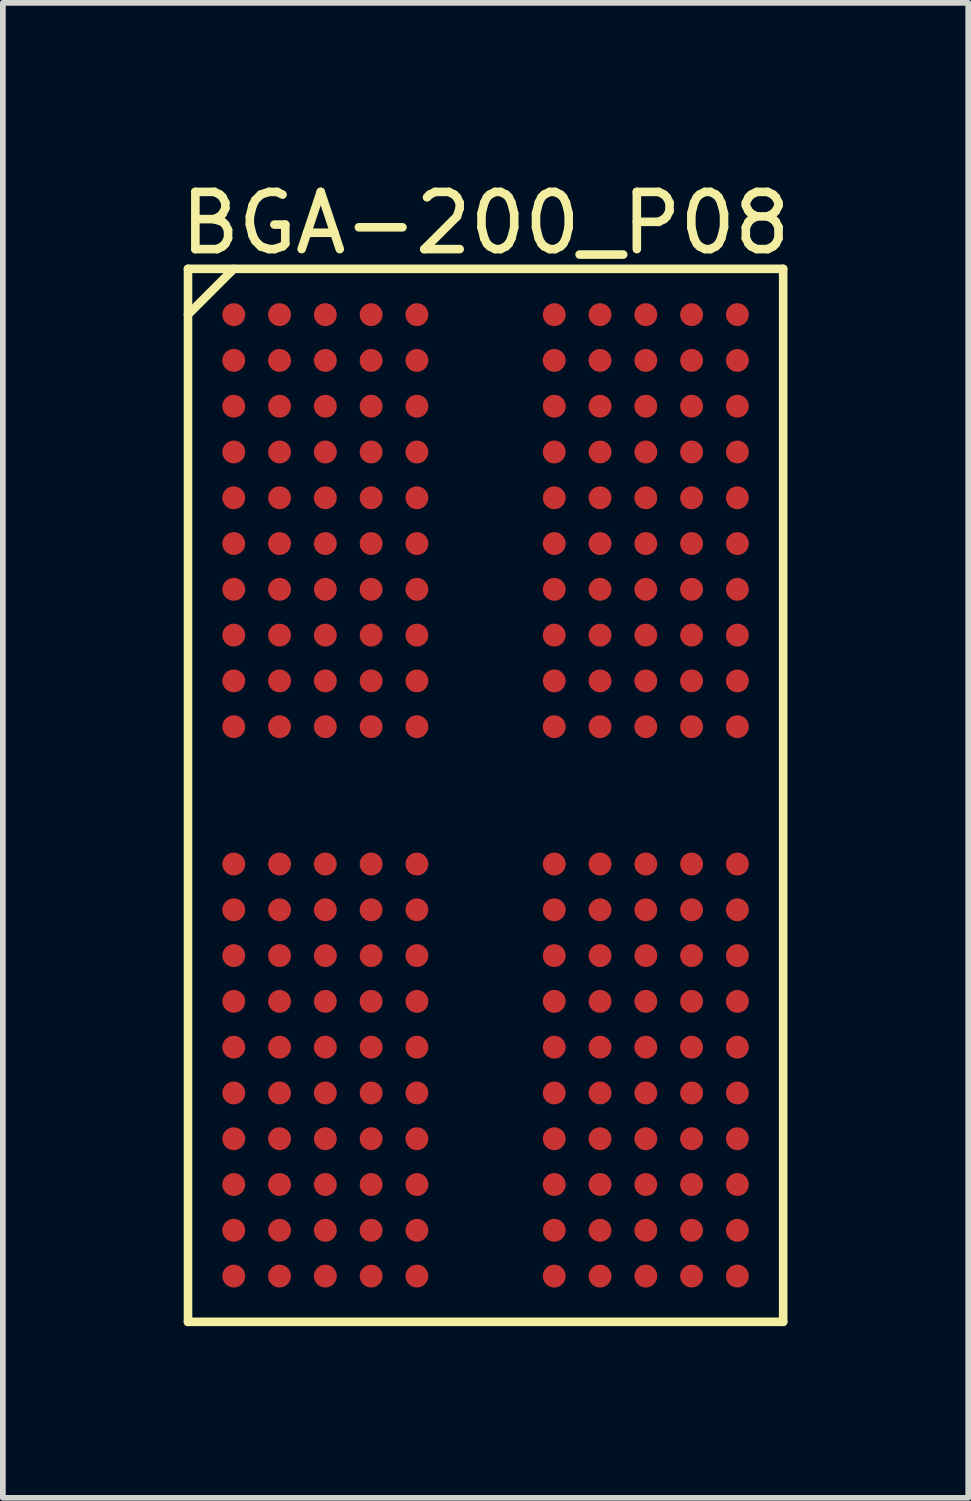
<source format=kicad_pcb>
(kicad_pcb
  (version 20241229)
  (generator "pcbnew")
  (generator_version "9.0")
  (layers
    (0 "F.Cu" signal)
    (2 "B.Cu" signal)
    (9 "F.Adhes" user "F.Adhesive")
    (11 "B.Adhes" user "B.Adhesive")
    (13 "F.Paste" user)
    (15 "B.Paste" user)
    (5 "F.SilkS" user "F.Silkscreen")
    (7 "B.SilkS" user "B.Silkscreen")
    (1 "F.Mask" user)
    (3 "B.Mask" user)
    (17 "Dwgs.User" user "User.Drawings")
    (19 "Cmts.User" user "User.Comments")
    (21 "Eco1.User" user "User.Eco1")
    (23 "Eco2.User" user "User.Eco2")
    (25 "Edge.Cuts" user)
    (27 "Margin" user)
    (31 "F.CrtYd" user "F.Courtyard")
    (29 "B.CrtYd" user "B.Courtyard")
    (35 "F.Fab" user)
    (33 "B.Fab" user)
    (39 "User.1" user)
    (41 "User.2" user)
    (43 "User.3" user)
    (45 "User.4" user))
  (footprint "BGA-200_P08"
    (layer "F.Cu")
    (at 5.435 10.848)
    (property "Reference" "BGA-200_P08" (at 0 -10 0) (layer "F.SilkS") (effects (font (size 1 1) (thickness 0.15))))
    (attr smd)
    (fp_line (start -5.2 -9.2) (end -5.2 9.2) (stroke (width 0.15) (type solid)) (layer "F.SilkS"))
    (fp_line (start -5.2 9.2) (end 5.2 9.2) (stroke (width 0.15) (type solid)) (layer "F.SilkS"))
    (fp_line (start -4.4 -9.2) (end -5.2 -8.4) (stroke (width 0.15) (type solid)) (layer "F.SilkS"))
    (fp_line (start 5.2 -9.2) (end -5.2 -9.2) (stroke (width 0.15) (type solid)) (layer "F.SilkS"))
    (fp_line (start 5.2 9.2) (end 5.2 -9.2) (stroke (width 0.15) (type solid)) (layer "F.SilkS"))
    (pad "A1" smd circle (at -4.4 -8.4) (size 0.4 0.4) (layers "F.Cu" "F.Mask" "F.Paste"))
    (pad "A2" smd circle (at -3.6 -8.4) (size 0.4 0.4) (layers "F.Cu" "F.Mask" "F.Paste"))
    (pad "A3" smd circle (at -2.8 -8.4) (size 0.4 0.4) (layers "F.Cu" "F.Mask" "F.Paste"))
    (pad "A4" smd circle (at -2 -8.4) (size 0.4 0.4) (layers "F.Cu" "F.Mask" "F.Paste"))
    (pad "A5" smd circle (at -1.2 -8.4) (size 0.4 0.4) (layers "F.Cu" "F.Mask" "F.Paste"))
    (pad "A8" smd circle (at 1.2 -8.4) (size 0.4 0.4) (layers "F.Cu" "F.Mask" "F.Paste"))
    (pad "A9" smd circle (at 2 -8.4) (size 0.4 0.4) (layers "F.Cu" "F.Mask" "F.Paste"))
    (pad "A10" smd circle (at 2.8 -8.4) (size 0.4 0.4) (layers "F.Cu" "F.Mask" "F.Paste"))
    (pad "A11" smd circle (at 3.6 -8.4) (size 0.4 0.4) (layers "F.Cu" "F.Mask" "F.Paste"))
    (pad "A12" smd circle (at 4.4 -8.4) (size 0.4 0.4) (layers "F.Cu" "F.Mask" "F.Paste"))
    (pad "AA1" smd circle (at -4.4 7.6) (size 0.4 0.4) (layers "F.Cu" "F.Mask" "F.Paste"))
    (pad "AA2" smd circle (at -3.6 7.6) (size 0.4 0.4) (layers "F.Cu" "F.Mask" "F.Paste"))
    (pad "AA3" smd circle (at -2.8 7.6) (size 0.4 0.4) (layers "F.Cu" "F.Mask" "F.Paste"))
    (pad "AA4" smd circle (at -2 7.6) (size 0.4 0.4) (layers "F.Cu" "F.Mask" "F.Paste"))
    (pad "AA5" smd circle (at -1.2 7.6) (size 0.4 0.4) (layers "F.Cu" "F.Mask" "F.Paste"))
    (pad "AA8" smd circle (at 1.2 7.6) (size 0.4 0.4) (layers "F.Cu" "F.Mask" "F.Paste"))
    (pad "AA9" smd circle (at 2 7.6) (size 0.4 0.4) (layers "F.Cu" "F.Mask" "F.Paste"))
    (pad "AA10" smd circle (at 2.8 7.6) (size 0.4 0.4) (layers "F.Cu" "F.Mask" "F.Paste"))
    (pad "AA11" smd circle (at 3.6 7.6) (size 0.4 0.4) (layers "F.Cu" "F.Mask" "F.Paste"))
    (pad "AA12" smd circle (at 4.4 7.6) (size 0.4 0.4) (layers "F.Cu" "F.Mask" "F.Paste"))
    (pad "AB1" smd circle (at -4.4 8.4) (size 0.4 0.4) (layers "F.Cu" "F.Mask" "F.Paste"))
    (pad "AB2" smd circle (at -3.6 8.4) (size 0.4 0.4) (layers "F.Cu" "F.Mask" "F.Paste"))
    (pad "AB3" smd circle (at -2.8 8.4) (size 0.4 0.4) (layers "F.Cu" "F.Mask" "F.Paste"))
    (pad "AB4" smd circle (at -2 8.4) (size 0.4 0.4) (layers "F.Cu" "F.Mask" "F.Paste"))
    (pad "AB5" smd circle (at -1.2 8.4) (size 0.4 0.4) (layers "F.Cu" "F.Mask" "F.Paste"))
    (pad "AB8" smd circle (at 1.2 8.4) (size 0.4 0.4) (layers "F.Cu" "F.Mask" "F.Paste"))
    (pad "AB9" smd circle (at 2 8.4) (size 0.4 0.4) (layers "F.Cu" "F.Mask" "F.Paste"))
    (pad "AB10" smd circle (at 2.8 8.4) (size 0.4 0.4) (layers "F.Cu" "F.Mask" "F.Paste"))
    (pad "AB11" smd circle (at 3.6 8.4) (size 0.4 0.4) (layers "F.Cu" "F.Mask" "F.Paste"))
    (pad "AB12" smd circle (at 4.4 8.4) (size 0.4 0.4) (layers "F.Cu" "F.Mask" "F.Paste"))
    (pad "B1" smd circle (at -4.4 -7.6) (size 0.4 0.4) (layers "F.Cu" "F.Mask" "F.Paste"))
    (pad "B2" smd circle (at -3.6 -7.6) (size 0.4 0.4) (layers "F.Cu" "F.Mask" "F.Paste"))
    (pad "B3" smd circle (at -2.8 -7.6) (size 0.4 0.4) (layers "F.Cu" "F.Mask" "F.Paste"))
    (pad "B4" smd circle (at -2 -7.6) (size 0.4 0.4) (layers "F.Cu" "F.Mask" "F.Paste"))
    (pad "B5" smd circle (at -1.2 -7.6) (size 0.4 0.4) (layers "F.Cu" "F.Mask" "F.Paste"))
    (pad "B8" smd circle (at 1.2 -7.6) (size 0.4 0.4) (layers "F.Cu" "F.Mask" "F.Paste"))
    (pad "B9" smd circle (at 2 -7.6) (size 0.4 0.4) (layers "F.Cu" "F.Mask" "F.Paste"))
    (pad "B10" smd circle (at 2.8 -7.6) (size 0.4 0.4) (layers "F.Cu" "F.Mask" "F.Paste"))
    (pad "B11" smd circle (at 3.6 -7.6) (size 0.4 0.4) (layers "F.Cu" "F.Mask" "F.Paste"))
    (pad "B12" smd circle (at 4.4 -7.6) (size 0.4 0.4) (layers "F.Cu" "F.Mask" "F.Paste"))
    (pad "C1" smd circle (at -4.4 -6.8) (size 0.4 0.4) (layers "F.Cu" "F.Mask" "F.Paste"))
    (pad "C2" smd circle (at -3.6 -6.8) (size 0.4 0.4) (layers "F.Cu" "F.Mask" "F.Paste"))
    (pad "C3" smd circle (at -2.8 -6.8) (size 0.4 0.4) (layers "F.Cu" "F.Mask" "F.Paste"))
    (pad "C4" smd circle (at -2 -6.8) (size 0.4 0.4) (layers "F.Cu" "F.Mask" "F.Paste"))
    (pad "C5" smd circle (at -1.2 -6.8) (size 0.4 0.4) (layers "F.Cu" "F.Mask" "F.Paste"))
    (pad "C8" smd circle (at 1.2 -6.8) (size 0.4 0.4) (layers "F.Cu" "F.Mask" "F.Paste"))
    (pad "C9" smd circle (at 2 -6.8) (size 0.4 0.4) (layers "F.Cu" "F.Mask" "F.Paste"))
    (pad "C10" smd circle (at 2.8 -6.8) (size 0.4 0.4) (layers "F.Cu" "F.Mask" "F.Paste"))
    (pad "C11" smd circle (at 3.6 -6.8) (size 0.4 0.4) (layers "F.Cu" "F.Mask" "F.Paste"))
    (pad "C12" smd circle (at 4.4 -6.8) (size 0.4 0.4) (layers "F.Cu" "F.Mask" "F.Paste"))
    (pad "D1" smd circle (at -4.4 -6) (size 0.4 0.4) (layers "F.Cu" "F.Mask" "F.Paste"))
    (pad "D2" smd circle (at -3.6 -6) (size 0.4 0.4) (layers "F.Cu" "F.Mask" "F.Paste"))
    (pad "D3" smd circle (at -2.8 -6) (size 0.4 0.4) (layers "F.Cu" "F.Mask" "F.Paste"))
    (pad "D4" smd circle (at -2 -6) (size 0.4 0.4) (layers "F.Cu" "F.Mask" "F.Paste"))
    (pad "D5" smd circle (at -1.2 -6) (size 0.4 0.4) (layers "F.Cu" "F.Mask" "F.Paste"))
    (pad "D8" smd circle (at 1.2 -6) (size 0.4 0.4) (layers "F.Cu" "F.Mask" "F.Paste"))
    (pad "D9" smd circle (at 2 -6) (size 0.4 0.4) (layers "F.Cu" "F.Mask" "F.Paste"))
    (pad "D10" smd circle (at 2.8 -6) (size 0.4 0.4) (layers "F.Cu" "F.Mask" "F.Paste"))
    (pad "D11" smd circle (at 3.6 -6) (size 0.4 0.4) (layers "F.Cu" "F.Mask" "F.Paste"))
    (pad "D12" smd circle (at 4.4 -6) (size 0.4 0.4) (layers "F.Cu" "F.Mask" "F.Paste"))
    (pad "E1" smd circle (at -4.4 -5.2) (size 0.4 0.4) (layers "F.Cu" "F.Mask" "F.Paste"))
    (pad "E2" smd circle (at -3.6 -5.2) (size 0.4 0.4) (layers "F.Cu" "F.Mask" "F.Paste"))
    (pad "E3" smd circle (at -2.8 -5.2) (size 0.4 0.4) (layers "F.Cu" "F.Mask" "F.Paste"))
    (pad "E4" smd circle (at -2 -5.2) (size 0.4 0.4) (layers "F.Cu" "F.Mask" "F.Paste"))
    (pad "E5" smd circle (at -1.2 -5.2) (size 0.4 0.4) (layers "F.Cu" "F.Mask" "F.Paste"))
    (pad "E8" smd circle (at 1.2 -5.2) (size 0.4 0.4) (layers "F.Cu" "F.Mask" "F.Paste"))
    (pad "E9" smd circle (at 2 -5.2) (size 0.4 0.4) (layers "F.Cu" "F.Mask" "F.Paste"))
    (pad "E10" smd circle (at 2.8 -5.2) (size 0.4 0.4) (layers "F.Cu" "F.Mask" "F.Paste"))
    (pad "E11" smd circle (at 3.6 -5.2) (size 0.4 0.4) (layers "F.Cu" "F.Mask" "F.Paste"))
    (pad "E12" smd circle (at 4.4 -5.2) (size 0.4 0.4) (layers "F.Cu" "F.Mask" "F.Paste"))
    (pad "F1" smd circle (at -4.4 -4.4) (size 0.4 0.4) (layers "F.Cu" "F.Mask" "F.Paste"))
    (pad "F2" smd circle (at -3.6 -4.4) (size 0.4 0.4) (layers "F.Cu" "F.Mask" "F.Paste"))
    (pad "F3" smd circle (at -2.8 -4.4) (size 0.4 0.4) (layers "F.Cu" "F.Mask" "F.Paste"))
    (pad "F4" smd circle (at -2 -4.4) (size 0.4 0.4) (layers "F.Cu" "F.Mask" "F.Paste"))
    (pad "F5" smd circle (at -1.2 -4.4) (size 0.4 0.4) (layers "F.Cu" "F.Mask" "F.Paste"))
    (pad "F8" smd circle (at 1.2 -4.4) (size 0.4 0.4) (layers "F.Cu" "F.Mask" "F.Paste"))
    (pad "F9" smd circle (at 2 -4.4) (size 0.4 0.4) (layers "F.Cu" "F.Mask" "F.Paste"))
    (pad "F10" smd circle (at 2.8 -4.4) (size 0.4 0.4) (layers "F.Cu" "F.Mask" "F.Paste"))
    (pad "F11" smd circle (at 3.6 -4.4) (size 0.4 0.4) (layers "F.Cu" "F.Mask" "F.Paste"))
    (pad "F12" smd circle (at 4.4 -4.4) (size 0.4 0.4) (layers "F.Cu" "F.Mask" "F.Paste"))
    (pad "G1" smd circle (at -4.4 -3.6) (size 0.4 0.4) (layers "F.Cu" "F.Mask" "F.Paste"))
    (pad "G2" smd circle (at -3.6 -3.6) (size 0.4 0.4) (layers "F.Cu" "F.Mask" "F.Paste"))
    (pad "G3" smd circle (at -2.8 -3.6) (size 0.4 0.4) (layers "F.Cu" "F.Mask" "F.Paste"))
    (pad "G4" smd circle (at -2 -3.6) (size 0.4 0.4) (layers "F.Cu" "F.Mask" "F.Paste"))
    (pad "G5" smd circle (at -1.2 -3.6) (size 0.4 0.4) (layers "F.Cu" "F.Mask" "F.Paste"))
    (pad "G8" smd circle (at 1.2 -3.6) (size 0.4 0.4) (layers "F.Cu" "F.Mask" "F.Paste"))
    (pad "G9" smd circle (at 2 -3.6) (size 0.4 0.4) (layers "F.Cu" "F.Mask" "F.Paste"))
    (pad "G10" smd circle (at 2.8 -3.6) (size 0.4 0.4) (layers "F.Cu" "F.Mask" "F.Paste"))
    (pad "G11" smd circle (at 3.6 -3.6) (size 0.4 0.4) (layers "F.Cu" "F.Mask" "F.Paste"))
    (pad "G12" smd circle (at 4.4 -3.6) (size 0.4 0.4) (layers "F.Cu" "F.Mask" "F.Paste"))
    (pad "H1" smd circle (at -4.4 -2.8) (size 0.4 0.4) (layers "F.Cu" "F.Mask" "F.Paste"))
    (pad "H2" smd circle (at -3.6 -2.8) (size 0.4 0.4) (layers "F.Cu" "F.Mask" "F.Paste"))
    (pad "H3" smd circle (at -2.8 -2.8) (size 0.4 0.4) (layers "F.Cu" "F.Mask" "F.Paste"))
    (pad "H4" smd circle (at -2 -2.8) (size 0.4 0.4) (layers "F.Cu" "F.Mask" "F.Paste"))
    (pad "H5" smd circle (at -1.2 -2.8) (size 0.4 0.4) (layers "F.Cu" "F.Mask" "F.Paste"))
    (pad "H8" smd circle (at 1.2 -2.8) (size 0.4 0.4) (layers "F.Cu" "F.Mask" "F.Paste"))
    (pad "H9" smd circle (at 2 -2.8) (size 0.4 0.4) (layers "F.Cu" "F.Mask" "F.Paste"))
    (pad "H10" smd circle (at 2.8 -2.8) (size 0.4 0.4) (layers "F.Cu" "F.Mask" "F.Paste"))
    (pad "H11" smd circle (at 3.6 -2.8) (size 0.4 0.4) (layers "F.Cu" "F.Mask" "F.Paste"))
    (pad "H12" smd circle (at 4.4 -2.8) (size 0.4 0.4) (layers "F.Cu" "F.Mask" "F.Paste"))
    (pad "J1" smd circle (at -4.4 -2) (size 0.4 0.4) (layers "F.Cu" "F.Mask" "F.Paste"))
    (pad "J2" smd circle (at -3.6 -2) (size 0.4 0.4) (layers "F.Cu" "F.Mask" "F.Paste"))
    (pad "J3" smd circle (at -2.8 -2) (size 0.4 0.4) (layers "F.Cu" "F.Mask" "F.Paste"))
    (pad "J4" smd circle (at -2 -2) (size 0.4 0.4) (layers "F.Cu" "F.Mask" "F.Paste"))
    (pad "J5" smd circle (at -1.2 -2) (size 0.4 0.4) (layers "F.Cu" "F.Mask" "F.Paste"))
    (pad "J8" smd circle (at 1.2 -2) (size 0.4 0.4) (layers "F.Cu" "F.Mask" "F.Paste"))
    (pad "J9" smd circle (at 2 -2) (size 0.4 0.4) (layers "F.Cu" "F.Mask" "F.Paste"))
    (pad "J10" smd circle (at 2.8 -2) (size 0.4 0.4) (layers "F.Cu" "F.Mask" "F.Paste"))
    (pad "J11" smd circle (at 3.6 -2) (size 0.4 0.4) (layers "F.Cu" "F.Mask" "F.Paste"))
    (pad "J12" smd circle (at 4.4 -2) (size 0.4 0.4) (layers "F.Cu" "F.Mask" "F.Paste"))
    (pad "K1" smd circle (at -4.4 -1.2) (size 0.4 0.4) (layers "F.Cu" "F.Mask" "F.Paste"))
    (pad "K2" smd circle (at -3.6 -1.2) (size 0.4 0.4) (layers "F.Cu" "F.Mask" "F.Paste"))
    (pad "K3" smd circle (at -2.8 -1.2) (size 0.4 0.4) (layers "F.Cu" "F.Mask" "F.Paste"))
    (pad "K4" smd circle (at -2 -1.2) (size 0.4 0.4) (layers "F.Cu" "F.Mask" "F.Paste"))
    (pad "K5" smd circle (at -1.2 -1.2) (size 0.4 0.4) (layers "F.Cu" "F.Mask" "F.Paste"))
    (pad "K8" smd circle (at 1.2 -1.2) (size 0.4 0.4) (layers "F.Cu" "F.Mask" "F.Paste"))
    (pad "K9" smd circle (at 2 -1.2) (size 0.4 0.4) (layers "F.Cu" "F.Mask" "F.Paste"))
    (pad "K10" smd circle (at 2.8 -1.2) (size 0.4 0.4) (layers "F.Cu" "F.Mask" "F.Paste"))
    (pad "K11" smd circle (at 3.6 -1.2) (size 0.4 0.4) (layers "F.Cu" "F.Mask" "F.Paste"))
    (pad "K12" smd circle (at 4.4 -1.2) (size 0.4 0.4) (layers "F.Cu" "F.Mask" "F.Paste"))
    (pad "N1" smd circle (at -4.4 1.2) (size 0.4 0.4) (layers "F.Cu" "F.Mask" "F.Paste"))
    (pad "N2" smd circle (at -3.6 1.2) (size 0.4 0.4) (layers "F.Cu" "F.Mask" "F.Paste"))
    (pad "N3" smd circle (at -2.8 1.2) (size 0.4 0.4) (layers "F.Cu" "F.Mask" "F.Paste"))
    (pad "N4" smd circle (at -2 1.2) (size 0.4 0.4) (layers "F.Cu" "F.Mask" "F.Paste"))
    (pad "N5" smd circle (at -1.2 1.2) (size 0.4 0.4) (layers "F.Cu" "F.Mask" "F.Paste"))
    (pad "N8" smd circle (at 1.2 1.2) (size 0.4 0.4) (layers "F.Cu" "F.Mask" "F.Paste"))
    (pad "N9" smd circle (at 2 1.2) (size 0.4 0.4) (layers "F.Cu" "F.Mask" "F.Paste"))
    (pad "N10" smd circle (at 2.8 1.2) (size 0.4 0.4) (layers "F.Cu" "F.Mask" "F.Paste"))
    (pad "N11" smd circle (at 3.6 1.2) (size 0.4 0.4) (layers "F.Cu" "F.Mask" "F.Paste"))
    (pad "N12" smd circle (at 4.4 1.2) (size 0.4 0.4) (layers "F.Cu" "F.Mask" "F.Paste"))
    (pad "P1" smd circle (at -4.4 2) (size 0.4 0.4) (layers "F.Cu" "F.Mask" "F.Paste"))
    (pad "P2" smd circle (at -3.6 2) (size 0.4 0.4) (layers "F.Cu" "F.Mask" "F.Paste"))
    (pad "P3" smd circle (at -2.8 2) (size 0.4 0.4) (layers "F.Cu" "F.Mask" "F.Paste"))
    (pad "P4" smd circle (at -2 2) (size 0.4 0.4) (layers "F.Cu" "F.Mask" "F.Paste"))
    (pad "P5" smd circle (at -1.2 2) (size 0.4 0.4) (layers "F.Cu" "F.Mask" "F.Paste"))
    (pad "P8" smd circle (at 1.2 2) (size 0.4 0.4) (layers "F.Cu" "F.Mask" "F.Paste"))
    (pad "P9" smd circle (at 2 2) (size 0.4 0.4) (layers "F.Cu" "F.Mask" "F.Paste"))
    (pad "P10" smd circle (at 2.8 2) (size 0.4 0.4) (layers "F.Cu" "F.Mask" "F.Paste"))
    (pad "P11" smd circle (at 3.6 2) (size 0.4 0.4) (layers "F.Cu" "F.Mask" "F.Paste"))
    (pad "P12" smd circle (at 4.4 2) (size 0.4 0.4) (layers "F.Cu" "F.Mask" "F.Paste"))
    (pad "R1" smd circle (at -4.4 2.8) (size 0.4 0.4) (layers "F.Cu" "F.Mask" "F.Paste"))
    (pad "R2" smd circle (at -3.6 2.8) (size 0.4 0.4) (layers "F.Cu" "F.Mask" "F.Paste"))
    (pad "R3" smd circle (at -2.8 2.8) (size 0.4 0.4) (layers "F.Cu" "F.Mask" "F.Paste"))
    (pad "R4" smd circle (at -2 2.8) (size 0.4 0.4) (layers "F.Cu" "F.Mask" "F.Paste"))
    (pad "R5" smd circle (at -1.2 2.8) (size 0.4 0.4) (layers "F.Cu" "F.Mask" "F.Paste"))
    (pad "R8" smd circle (at 1.2 2.8) (size 0.4 0.4) (layers "F.Cu" "F.Mask" "F.Paste"))
    (pad "R9" smd circle (at 2 2.8) (size 0.4 0.4) (layers "F.Cu" "F.Mask" "F.Paste"))
    (pad "R10" smd circle (at 2.8 2.8) (size 0.4 0.4) (layers "F.Cu" "F.Mask" "F.Paste"))
    (pad "R11" smd circle (at 3.6 2.8) (size 0.4 0.4) (layers "F.Cu" "F.Mask" "F.Paste"))
    (pad "R12" smd circle (at 4.4 2.8) (size 0.4 0.4) (layers "F.Cu" "F.Mask" "F.Paste"))
    (pad "T1" smd circle (at -4.4 3.6) (size 0.4 0.4) (layers "F.Cu" "F.Mask" "F.Paste"))
    (pad "T2" smd circle (at -3.6 3.6) (size 0.4 0.4) (layers "F.Cu" "F.Mask" "F.Paste"))
    (pad "T3" smd circle (at -2.8 3.6) (size 0.4 0.4) (layers "F.Cu" "F.Mask" "F.Paste"))
    (pad "T4" smd circle (at -2 3.6) (size 0.4 0.4) (layers "F.Cu" "F.Mask" "F.Paste"))
    (pad "T5" smd circle (at -1.2 3.6) (size 0.4 0.4) (layers "F.Cu" "F.Mask" "F.Paste"))
    (pad "T8" smd circle (at 1.2 3.6) (size 0.4 0.4) (layers "F.Cu" "F.Mask" "F.Paste"))
    (pad "T9" smd circle (at 2 3.6) (size 0.4 0.4) (layers "F.Cu" "F.Mask" "F.Paste"))
    (pad "T10" smd circle (at 2.8 3.6) (size 0.4 0.4) (layers "F.Cu" "F.Mask" "F.Paste"))
    (pad "T11" smd circle (at 3.6 3.6) (size 0.4 0.4) (layers "F.Cu" "F.Mask" "F.Paste"))
    (pad "T12" smd circle (at 4.4 3.6) (size 0.4 0.4) (layers "F.Cu" "F.Mask" "F.Paste"))
    (pad "U1" smd circle (at -4.4 4.4) (size 0.4 0.4) (layers "F.Cu" "F.Mask" "F.Paste"))
    (pad "U2" smd circle (at -3.6 4.4) (size 0.4 0.4) (layers "F.Cu" "F.Mask" "F.Paste"))
    (pad "U3" smd circle (at -2.8 4.4) (size 0.4 0.4) (layers "F.Cu" "F.Mask" "F.Paste"))
    (pad "U4" smd circle (at -2 4.4) (size 0.4 0.4) (layers "F.Cu" "F.Mask" "F.Paste"))
    (pad "U5" smd circle (at -1.2 4.4) (size 0.4 0.4) (layers "F.Cu" "F.Mask" "F.Paste"))
    (pad "U8" smd circle (at 1.2 4.4) (size 0.4 0.4) (layers "F.Cu" "F.Mask" "F.Paste"))
    (pad "U9" smd circle (at 2 4.4) (size 0.4 0.4) (layers "F.Cu" "F.Mask" "F.Paste"))
    (pad "U10" smd circle (at 2.8 4.4) (size 0.4 0.4) (layers "F.Cu" "F.Mask" "F.Paste"))
    (pad "U11" smd circle (at 3.6 4.4) (size 0.4 0.4) (layers "F.Cu" "F.Mask" "F.Paste"))
    (pad "U12" smd circle (at 4.4 4.4) (size 0.4 0.4) (layers "F.Cu" "F.Mask" "F.Paste"))
    (pad "V1" smd circle (at -4.4 5.2) (size 0.4 0.4) (layers "F.Cu" "F.Mask" "F.Paste"))
    (pad "V2" smd circle (at -3.6 5.2) (size 0.4 0.4) (layers "F.Cu" "F.Mask" "F.Paste"))
    (pad "V3" smd circle (at -2.8 5.2) (size 0.4 0.4) (layers "F.Cu" "F.Mask" "F.Paste"))
    (pad "V4" smd circle (at -2 5.2) (size 0.4 0.4) (layers "F.Cu" "F.Mask" "F.Paste"))
    (pad "V5" smd circle (at -1.2 5.2) (size 0.4 0.4) (layers "F.Cu" "F.Mask" "F.Paste"))
    (pad "V8" smd circle (at 1.2 5.2) (size 0.4 0.4) (layers "F.Cu" "F.Mask" "F.Paste"))
    (pad "V9" smd circle (at 2 5.2) (size 0.4 0.4) (layers "F.Cu" "F.Mask" "F.Paste"))
    (pad "V10" smd circle (at 2.8 5.2) (size 0.4 0.4) (layers "F.Cu" "F.Mask" "F.Paste"))
    (pad "V11" smd circle (at 3.6 5.2) (size 0.4 0.4) (layers "F.Cu" "F.Mask" "F.Paste"))
    (pad "V12" smd circle (at 4.4 5.2) (size 0.4 0.4) (layers "F.Cu" "F.Mask" "F.Paste"))
    (pad "W1" smd circle (at -4.4 6) (size 0.4 0.4) (layers "F.Cu" "F.Mask" "F.Paste"))
    (pad "W2" smd circle (at -3.6 6) (size 0.4 0.4) (layers "F.Cu" "F.Mask" "F.Paste"))
    (pad "W3" smd circle (at -2.8 6) (size 0.4 0.4) (layers "F.Cu" "F.Mask" "F.Paste"))
    (pad "W4" smd circle (at -2 6) (size 0.4 0.4) (layers "F.Cu" "F.Mask" "F.Paste"))
    (pad "W5" smd circle (at -1.2 6) (size 0.4 0.4) (layers "F.Cu" "F.Mask" "F.Paste"))
    (pad "W8" smd circle (at 1.2 6) (size 0.4 0.4) (layers "F.Cu" "F.Mask" "F.Paste"))
    (pad "W9" smd circle (at 2 6) (size 0.4 0.4) (layers "F.Cu" "F.Mask" "F.Paste"))
    (pad "W10" smd circle (at 2.8 6) (size 0.4 0.4) (layers "F.Cu" "F.Mask" "F.Paste"))
    (pad "W11" smd circle (at 3.6 6) (size 0.4 0.4) (layers "F.Cu" "F.Mask" "F.Paste"))
    (pad "W12" smd circle (at 4.4 6) (size 0.4 0.4) (layers "F.Cu" "F.Mask" "F.Paste"))
    (pad "Y1" smd circle (at -4.4 6.8) (size 0.4 0.4) (layers "F.Cu" "F.Mask" "F.Paste"))
    (pad "Y2" smd circle (at -3.6 6.8) (size 0.4 0.4) (layers "F.Cu" "F.Mask" "F.Paste"))
    (pad "Y3" smd circle (at -2.8 6.8) (size 0.4 0.4) (layers "F.Cu" "F.Mask" "F.Paste"))
    (pad "Y4" smd circle (at -2 6.8) (size 0.4 0.4) (layers "F.Cu" "F.Mask" "F.Paste"))
    (pad "Y5" smd circle (at -1.2 6.8) (size 0.4 0.4) (layers "F.Cu" "F.Mask" "F.Paste"))
    (pad "Y8" smd circle (at 1.2 6.8) (size 0.4 0.4) (layers "F.Cu" "F.Mask" "F.Paste"))
    (pad "Y9" smd circle (at 2 6.8) (size 0.4 0.4) (layers "F.Cu" "F.Mask" "F.Paste"))
    (pad "Y10" smd circle (at 2.8 6.8) (size 0.4 0.4) (layers "F.Cu" "F.Mask" "F.Paste"))
    (pad "Y11" smd circle (at 3.6 6.8) (size 0.4 0.4) (layers "F.Cu" "F.Mask" "F.Paste"))
    (pad "Y12" smd circle (at 4.4 6.8) (size 0.4 0.4) (layers "F.Cu" "F.Mask" "F.Paste")))
  (gr_rect
    (start -3 -3)
    (end 13.869 23.123)
    (stroke (width 0.1) (type default))
    (fill no)
    (layer "Edge.Cuts")))
</source>
